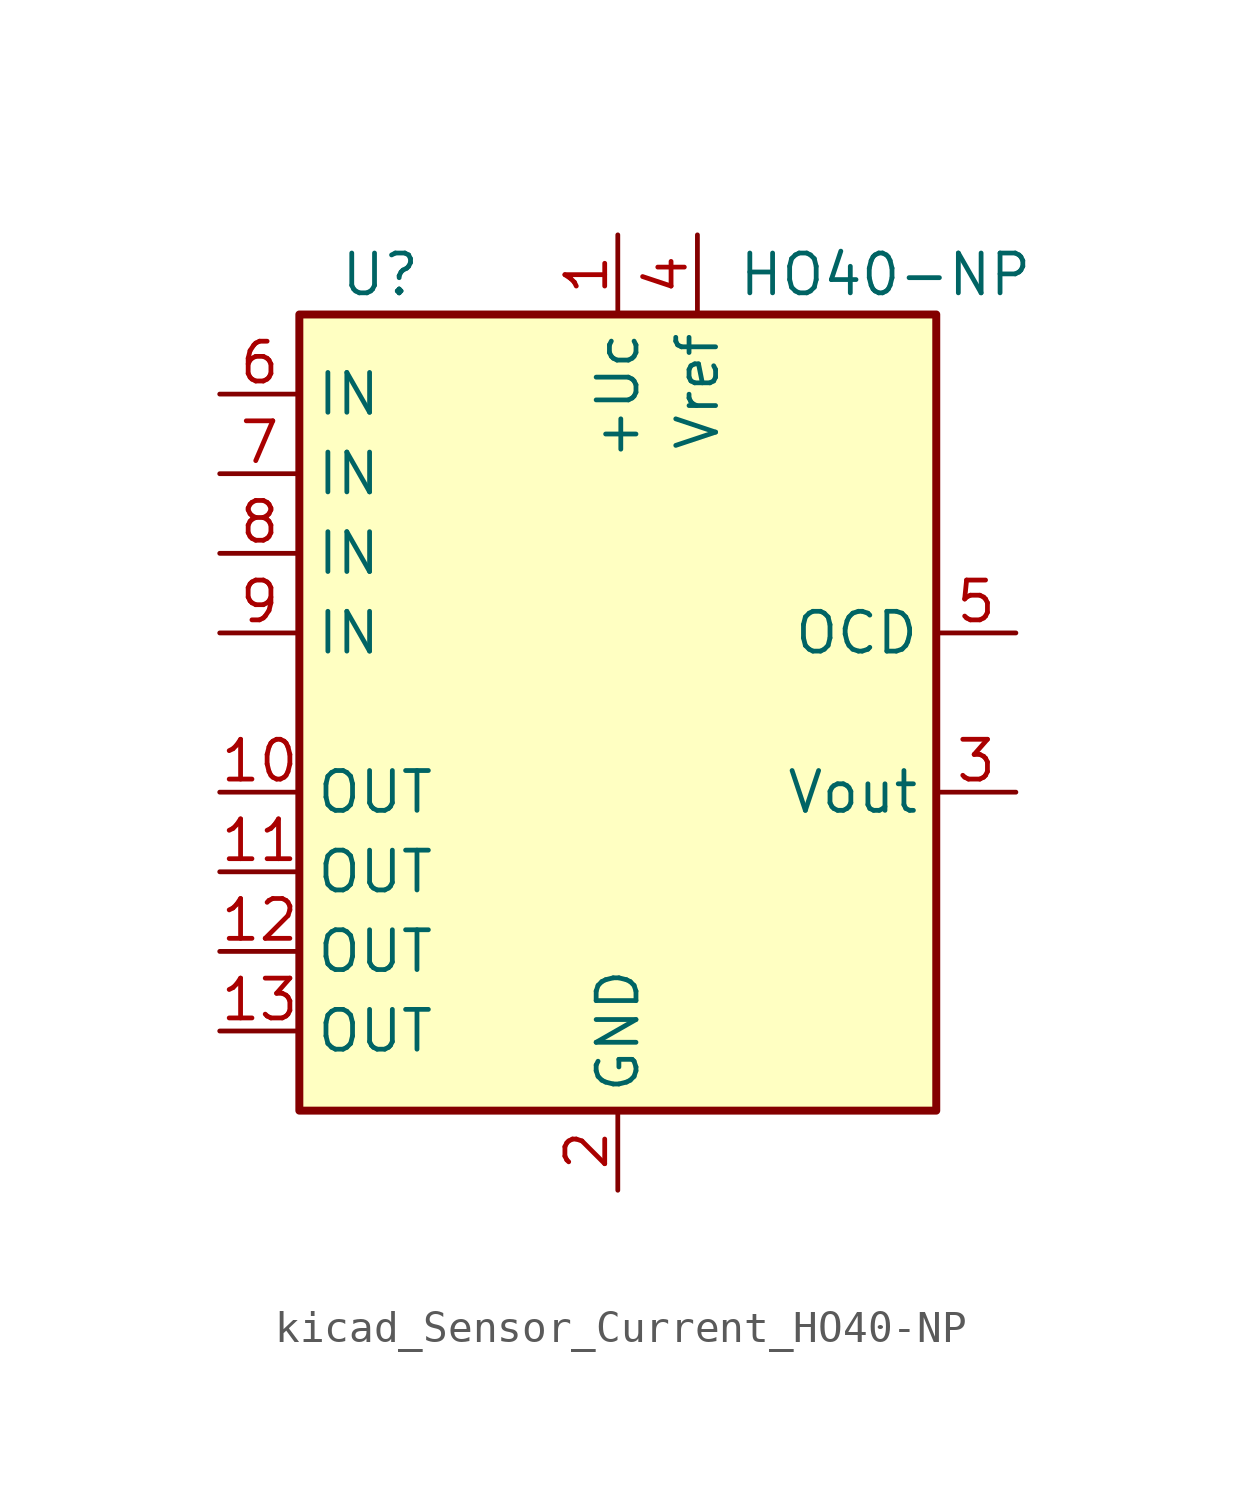
<source format=kicad_sym>
(kicad_symbol_lib
  (version 20220914)
  (generator kicad_symbol_editor)
  (symbol "kicad_Sensor_Current_HO40-NP"
    (property "Reference" "U"
      (at -8.89 13.97 0)
      (effects (font (size 1.27 1.27)) (justify left)))
    (property "Value" "HO40-NP"
      (at 3.81 13.97 0)
      (effects (font (size 1.27 1.27)) (justify left)))
    (symbol "kicad_Sensor_Current_HO40-NP_0_1"
      (rectangle (start -10.16 12.7) (end 10.16 -12.7) (stroke (width 0.254) (type default)) (fill (type background))))
    (symbol "kicad_Sensor_Current_HO40-NP_1_1"
      (pin power_in line (at 0 15.24 270) (length 2.54) (name "+Uc" (effects (font (size 1.27 1.27)))) (number "1" (effects (font (size 1.27 1.27)))))
      (pin passive line (at -12.7 -2.54 0) (length 2.54) (name "OUT" (effects (font (size 1.27 1.27)))) (number "10" (effects (font (size 1.27 1.27)))))
      (pin passive line (at -12.7 -5.08 0) (length 2.54) (name "OUT" (effects (font (size 1.27 1.27)))) (number "11" (effects (font (size 1.27 1.27)))))
      (pin passive line (at -12.7 -7.62 0) (length 2.54) (name "OUT" (effects (font (size 1.27 1.27)))) (number "12" (effects (font (size 1.27 1.27)))))
      (pin passive line (at -12.7 -10.16 0) (length 2.54) (name "OUT" (effects (font (size 1.27 1.27)))) (number "13" (effects (font (size 1.27 1.27)))))
      (pin power_in line (at 0 -15.24 90) (length 2.54) (name "GND" (effects (font (size 1.27 1.27)))) (number "2" (effects (font (size 1.27 1.27)))))
      (pin output line (at 12.7 -2.54 180) (length 2.54) (name "Vout" (effects (font (size 1.27 1.27)))) (number "3" (effects (font (size 1.27 1.27)))))
      (pin passive line (at 2.54 15.24 270) (length 2.54) (name "Vref" (effects (font (size 1.27 1.27)))) (number "4" (effects (font (size 1.27 1.27)))))
      (pin open_collector line (at 12.7 2.54 180) (length 2.54) (name "OCD" (effects (font (size 1.27 1.27)))) (number "5" (effects (font (size 1.27 1.27)))))
      (pin passive line (at -12.7 10.16 0) (length 2.54) (name "IN" (effects (font (size 1.27 1.27)))) (number "6" (effects (font (size 1.27 1.27)))))
      (pin passive line (at -12.7 7.62 0) (length 2.54) (name "IN" (effects (font (size 1.27 1.27)))) (number "7" (effects (font (size 1.27 1.27)))))
      (pin passive line (at -12.7 5.08 0) (length 2.54) (name "IN" (effects (font (size 1.27 1.27)))) (number "8" (effects (font (size 1.27 1.27)))))
      (pin passive line (at -12.7 2.54 0) (length 2.54) (name "IN" (effects (font (size 1.27 1.27)))) (number "9" (effects (font (size 1.27 1.27))))))))
</source>
